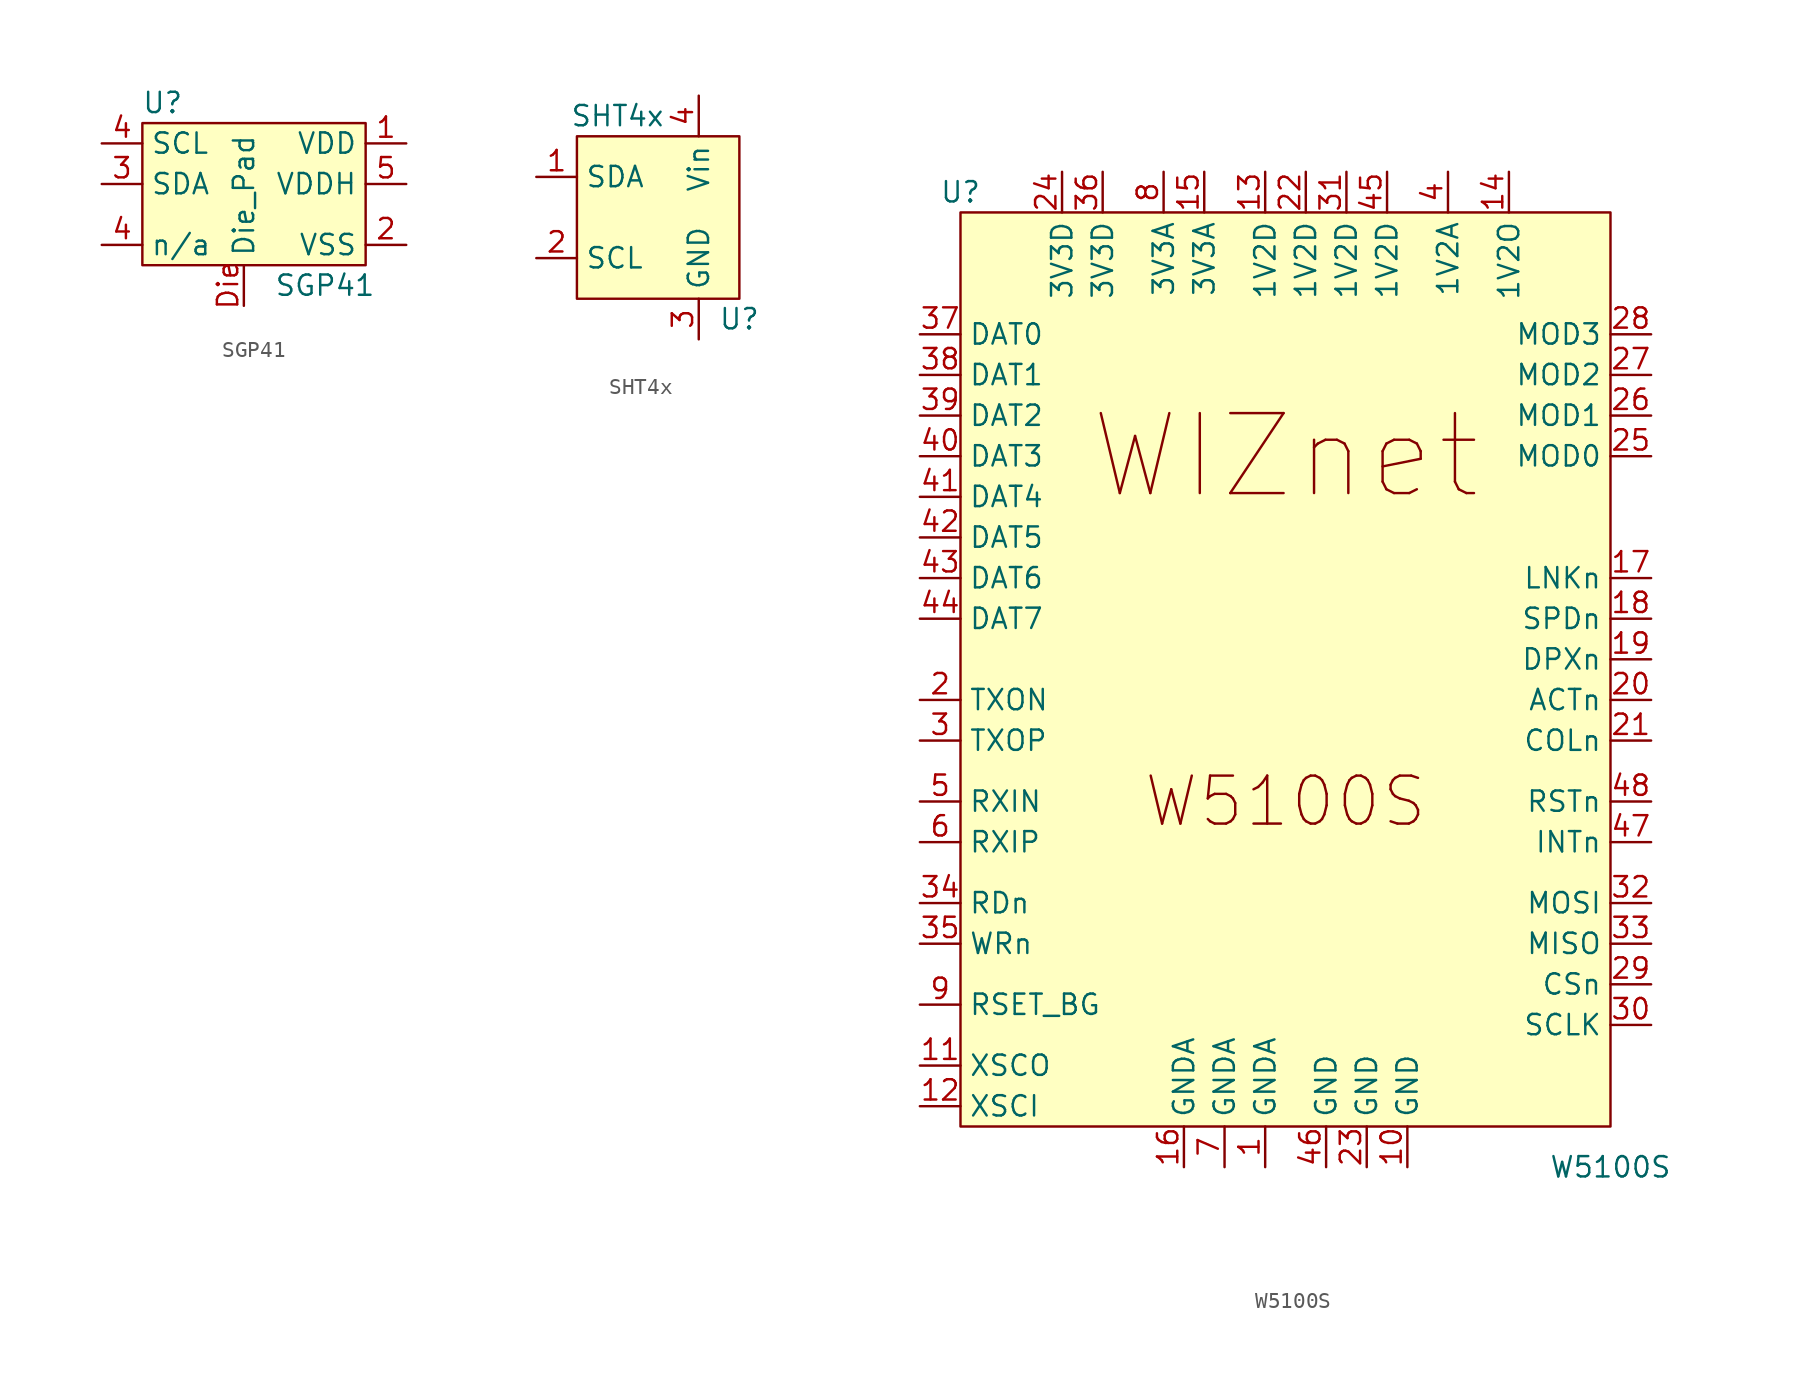
<source format=kicad_sym>
(kicad_symbol_lib
  (version 20211014)
  (generator kicad_symbol_editor)
  (symbol "SGP41"
    (property "Reference" "U"
      (at -5.08 3.81 0)
      (effects (font (size 1.27 1.27))))
    (property "Value" "SGP41"
      (at 5.08 -7.62 0)
      (effects (font (size 1.27 1.27))))
    (symbol "SGP41_0_1"
      (rectangle (start -6.35 2.54) (end 7.62 -6.35) (stroke (width 0) (type default) (color 0 0 0 0)) (fill (type background))))
    (symbol "SGP41_1_1"
      (pin power_in line (at 10.16 1.27 180) (length 2.54) (name "VDD" (effects (font (size 1.27 1.27)))) (number "1" (effects (font (size 1.27 1.27)))))
      (pin power_in line (at 10.16 -5.08 180) (length 2.54) (name "VSS" (effects (font (size 1.27 1.27)))) (number "2" (effects (font (size 1.27 1.27)))))
      (pin bidirectional line (at -8.89 -1.27 0) (length 2.54) (name "SDA" (effects (font (size 1.27 1.27)))) (number "3" (effects (font (size 1.27 1.27)))))
      (pin bidirectional line (at -8.89 1.27 0) (length 2.54) (name "SCL" (effects (font (size 1.27 1.27)))) (number "4" (effects (font (size 1.27 1.27)))))
      (pin bidirectional line (at -8.89 -5.08 0) (length 2.54) (name "n/a" (effects (font (size 1.27 1.27)))) (number "4" (effects (font (size 1.27 1.27)))))
      (pin power_in line (at 10.16 -1.27 180) (length 2.54) (name "VDDH" (effects (font (size 1.27 1.27)))) (number "5" (effects (font (size 1.27 1.27)))))
      (pin power_in line (at 0 -8.89 90) (length 2.54) (name "Die_Pad" (effects (font (size 1.27 1.27)))) (number "Die" (effects (font (size 1.27 1.27)))))))
  (symbol "SHT4x"
    (property "Reference" "U"
      (at 5.08 -6.35 0)
      (effects (font (size 1.27 1.27))))
    (property "Value" "SHT4x"
      (at -2.54 6.35 0)
      (effects (font (size 1.27 1.27))))
    (symbol "SHT4x_0_1"
      (rectangle (start 5.08 5.08) (end -5.08 -5.08) (stroke (width 0) (type default) (color 0 0 0 0)) (fill (type background))))
    (symbol "SHT4x_1_1"
      (pin bidirectional line (at -7.62 2.54 0) (length 2.54) (name "SDA" (effects (font (size 1.27 1.27)))) (number "1" (effects (font (size 1.27 1.27)))))
      (pin bidirectional line (at -7.62 -2.54 0) (length 2.54) (name "SCL" (effects (font (size 1.27 1.27)))) (number "2" (effects (font (size 1.27 1.27)))))
      (pin power_in line (at 2.54 -7.62 90) (length 2.54) (name "GND" (effects (font (size 1.27 1.27)))) (number "3" (effects (font (size 1.27 1.27)))))
      (pin power_in line (at 2.54 7.62 270) (length 2.54) (name "Vin" (effects (font (size 1.27 1.27)))) (number "4" (effects (font (size 1.27 1.27)))))
      (pin free line (at 5.08 0 180) (length 2.54) hide (name "NC" (effects (font (size 1.27 1.27)))) (number "U5" (effects (font (size 1.27 1.27)))))))
  (symbol "W5100S"
    (property "Reference" "U"
      (at -20.32 38.1 0)
      (effects (font (size 1.27 1.27))))
    (property "Value" "W5100S"
      (at 20.32 -22.86 0)
      (effects (font (size 1.27 1.27))))
    (symbol "W5100S_0_0"
      (text "W5100S" (at 0 0 0) (effects (font (size 3 3))))
      (text "WIZnet" (at 0 21.59 0) (effects (font (size 5 5)))))
    (symbol "W5100S_0_1"
      (rectangle (start -20.32 36.83) (end 20.32 -20.32) (stroke (width 0) (type default) (color 0 0 0 0)) (fill (type background))))
    (symbol "W5100S_1_1"
      (pin input line (at -1.27 -22.86 90) (length 2.54) (name "GNDA" (effects (font (size 1.27 1.27)))) (number "1" (effects (font (size 1.27 1.27)))))
      (pin input line (at 7.62 -22.86 90) (length 2.54) (name "GND" (effects (font (size 1.27 1.27)))) (number "10" (effects (font (size 1.27 1.27)))))
      (pin input line (at -22.86 -16.51 0) (length 2.54) (name "XSCO" (effects (font (size 1.27 1.27)))) (number "11" (effects (font (size 1.27 1.27)))))
      (pin input line (at -22.86 -19.05 0) (length 2.54) (name "XSCI" (effects (font (size 1.27 1.27)))) (number "12" (effects (font (size 1.27 1.27)))))
      (pin input line (at -1.27 39.37 270) (length 2.54) (name "1V2D" (effects (font (size 1.27 1.27)))) (number "13" (effects (font (size 1.27 1.27)))))
      (pin input line (at 13.97 39.37 270) (length 2.54) (name "1V2O" (effects (font (size 1.27 1.27)))) (number "14" (effects (font (size 1.27 1.27)))))
      (pin input line (at -5.08 39.37 270) (length 2.54) (name "3V3A" (effects (font (size 1.27 1.27)))) (number "15" (effects (font (size 1.27 1.27)))))
      (pin input line (at -6.35 -22.86 90) (length 2.54) (name "GNDA" (effects (font (size 1.27 1.27)))) (number "16" (effects (font (size 1.27 1.27)))))
      (pin bidirectional line (at 22.86 13.97 180) (length 2.54) (name "LNKn" (effects (font (size 1.27 1.27)))) (number "17" (effects (font (size 1.27 1.27)))))
      (pin bidirectional line (at 22.86 11.43 180) (length 2.54) (name "SPDn" (effects (font (size 1.27 1.27)))) (number "18" (effects (font (size 1.27 1.27)))))
      (pin bidirectional line (at 22.86 8.89 180) (length 2.54) (name "DPXn" (effects (font (size 1.27 1.27)))) (number "19" (effects (font (size 1.27 1.27)))))
      (pin input line (at -22.86 6.35 0) (length 2.54) (name "TXON" (effects (font (size 1.27 1.27)))) (number "2" (effects (font (size 1.27 1.27)))))
      (pin bidirectional line (at 22.86 6.35 180) (length 2.54) (name "ACTn" (effects (font (size 1.27 1.27)))) (number "20" (effects (font (size 1.27 1.27)))))
      (pin bidirectional line (at 22.86 3.81 180) (length 2.54) (name "COLn" (effects (font (size 1.27 1.27)))) (number "21" (effects (font (size 1.27 1.27)))))
      (pin input line (at 1.27 39.37 270) (length 2.54) (name "1V2D" (effects (font (size 1.27 1.27)))) (number "22" (effects (font (size 1.27 1.27)))))
      (pin input line (at 5.08 -22.86 90) (length 2.54) (name "GND" (effects (font (size 1.27 1.27)))) (number "23" (effects (font (size 1.27 1.27)))))
      (pin input line (at -13.97 39.37 270) (length 2.54) (name "3V3D" (effects (font (size 1.27 1.27)))) (number "24" (effects (font (size 1.27 1.27)))))
      (pin input line (at 22.86 21.59 180) (length 2.54) (name "MOD0" (effects (font (size 1.27 1.27)))) (number "25" (effects (font (size 1.27 1.27)))))
      (pin input line (at 22.86 24.13 180) (length 2.54) (name "MOD1" (effects (font (size 1.27 1.27)))) (number "26" (effects (font (size 1.27 1.27)))))
      (pin input line (at 22.86 26.67 180) (length 2.54) (name "MOD2" (effects (font (size 1.27 1.27)))) (number "27" (effects (font (size 1.27 1.27)))))
      (pin input line (at 22.86 29.21 180) (length 2.54) (name "MOD3" (effects (font (size 1.27 1.27)))) (number "28" (effects (font (size 1.27 1.27)))))
      (pin bidirectional line (at 22.86 -11.43 180) (length 2.54) (name "CSn" (effects (font (size 1.27 1.27)))) (number "29" (effects (font (size 1.27 1.27)))))
      (pin input line (at -22.86 3.81 0) (length 2.54) (name "TXOP" (effects (font (size 1.27 1.27)))) (number "3" (effects (font (size 1.27 1.27)))))
      (pin bidirectional line (at 22.86 -13.97 180) (length 2.54) (name "SCLK" (effects (font (size 1.27 1.27)))) (number "30" (effects (font (size 1.27 1.27)))))
      (pin input line (at 3.81 39.37 270) (length 2.54) (name "1V2D" (effects (font (size 1.27 1.27)))) (number "31" (effects (font (size 1.27 1.27)))))
      (pin bidirectional line (at 22.86 -6.35 180) (length 2.54) (name "MOSI" (effects (font (size 1.27 1.27)))) (number "32" (effects (font (size 1.27 1.27)))))
      (pin bidirectional line (at 22.86 -8.89 180) (length 2.54) (name "MISO" (effects (font (size 1.27 1.27)))) (number "33" (effects (font (size 1.27 1.27)))))
      (pin input line (at -22.86 -6.35 0) (length 2.54) (name "RDn" (effects (font (size 1.27 1.27)))) (number "34" (effects (font (size 1.27 1.27)))))
      (pin input line (at -22.86 -8.89 0) (length 2.54) (name "WRn" (effects (font (size 1.27 1.27)))) (number "35" (effects (font (size 1.27 1.27)))))
      (pin input line (at -11.43 39.37 270) (length 2.54) (name "3V3D" (effects (font (size 1.27 1.27)))) (number "36" (effects (font (size 1.27 1.27)))))
      (pin input line (at -22.86 29.21 0) (length 2.54) (name "DAT0" (effects (font (size 1.27 1.27)))) (number "37" (effects (font (size 1.27 1.27)))))
      (pin input line (at -22.86 26.67 0) (length 2.54) (name "DAT1" (effects (font (size 1.27 1.27)))) (number "38" (effects (font (size 1.27 1.27)))))
      (pin input line (at -22.86 24.13 0) (length 2.54) (name "DAT2" (effects (font (size 1.27 1.27)))) (number "39" (effects (font (size 1.27 1.27)))))
      (pin input line (at 10.16 39.37 270) (length 2.54) (name "1V2A" (effects (font (size 1.27 1.27)))) (number "4" (effects (font (size 1.27 1.27)))))
      (pin input line (at -22.86 21.59 0) (length 2.54) (name "DAT3" (effects (font (size 1.27 1.27)))) (number "40" (effects (font (size 1.27 1.27)))))
      (pin input line (at -22.86 19.05 0) (length 2.54) (name "DAT4" (effects (font (size 1.27 1.27)))) (number "41" (effects (font (size 1.27 1.27)))))
      (pin input line (at -22.86 16.51 0) (length 2.54) (name "DAT5" (effects (font (size 1.27 1.27)))) (number "42" (effects (font (size 1.27 1.27)))))
      (pin input line (at -22.86 13.97 0) (length 2.54) (name "DAT6" (effects (font (size 1.27 1.27)))) (number "43" (effects (font (size 1.27 1.27)))))
      (pin input line (at -22.86 11.43 0) (length 2.54) (name "DAT7" (effects (font (size 1.27 1.27)))) (number "44" (effects (font (size 1.27 1.27)))))
      (pin input line (at 6.35 39.37 270) (length 2.54) (name "1V2D" (effects (font (size 1.27 1.27)))) (number "45" (effects (font (size 1.27 1.27)))))
      (pin input line (at 2.54 -22.86 90) (length 2.54) (name "GND" (effects (font (size 1.27 1.27)))) (number "46" (effects (font (size 1.27 1.27)))))
      (pin bidirectional line (at 22.86 -2.54 180) (length 2.54) (name "INTn" (effects (font (size 1.27 1.27)))) (number "47" (effects (font (size 1.27 1.27)))))
      (pin bidirectional line (at 22.86 0 180) (length 2.54) (name "RSTn" (effects (font (size 1.27 1.27)))) (number "48" (effects (font (size 1.27 1.27)))))
      (pin input line (at -22.86 0 0) (length 2.54) (name "RXIN" (effects (font (size 1.27 1.27)))) (number "5" (effects (font (size 1.27 1.27)))))
      (pin input line (at -22.86 -2.54 0) (length 2.54) (name "RXIP" (effects (font (size 1.27 1.27)))) (number "6" (effects (font (size 1.27 1.27)))))
      (pin input line (at -3.81 -22.86 90) (length 2.54) (name "GNDA" (effects (font (size 1.27 1.27)))) (number "7" (effects (font (size 1.27 1.27)))))
      (pin input line (at -7.62 39.37 270) (length 2.54) (name "3V3A" (effects (font (size 1.27 1.27)))) (number "8" (effects (font (size 1.27 1.27)))))
      (pin input line (at -22.86 -12.7 0) (length 2.54) (name "RSET_BG" (effects (font (size 1.27 1.27)))) (number "9" (effects (font (size 1.27 1.27))))))))
</source>
